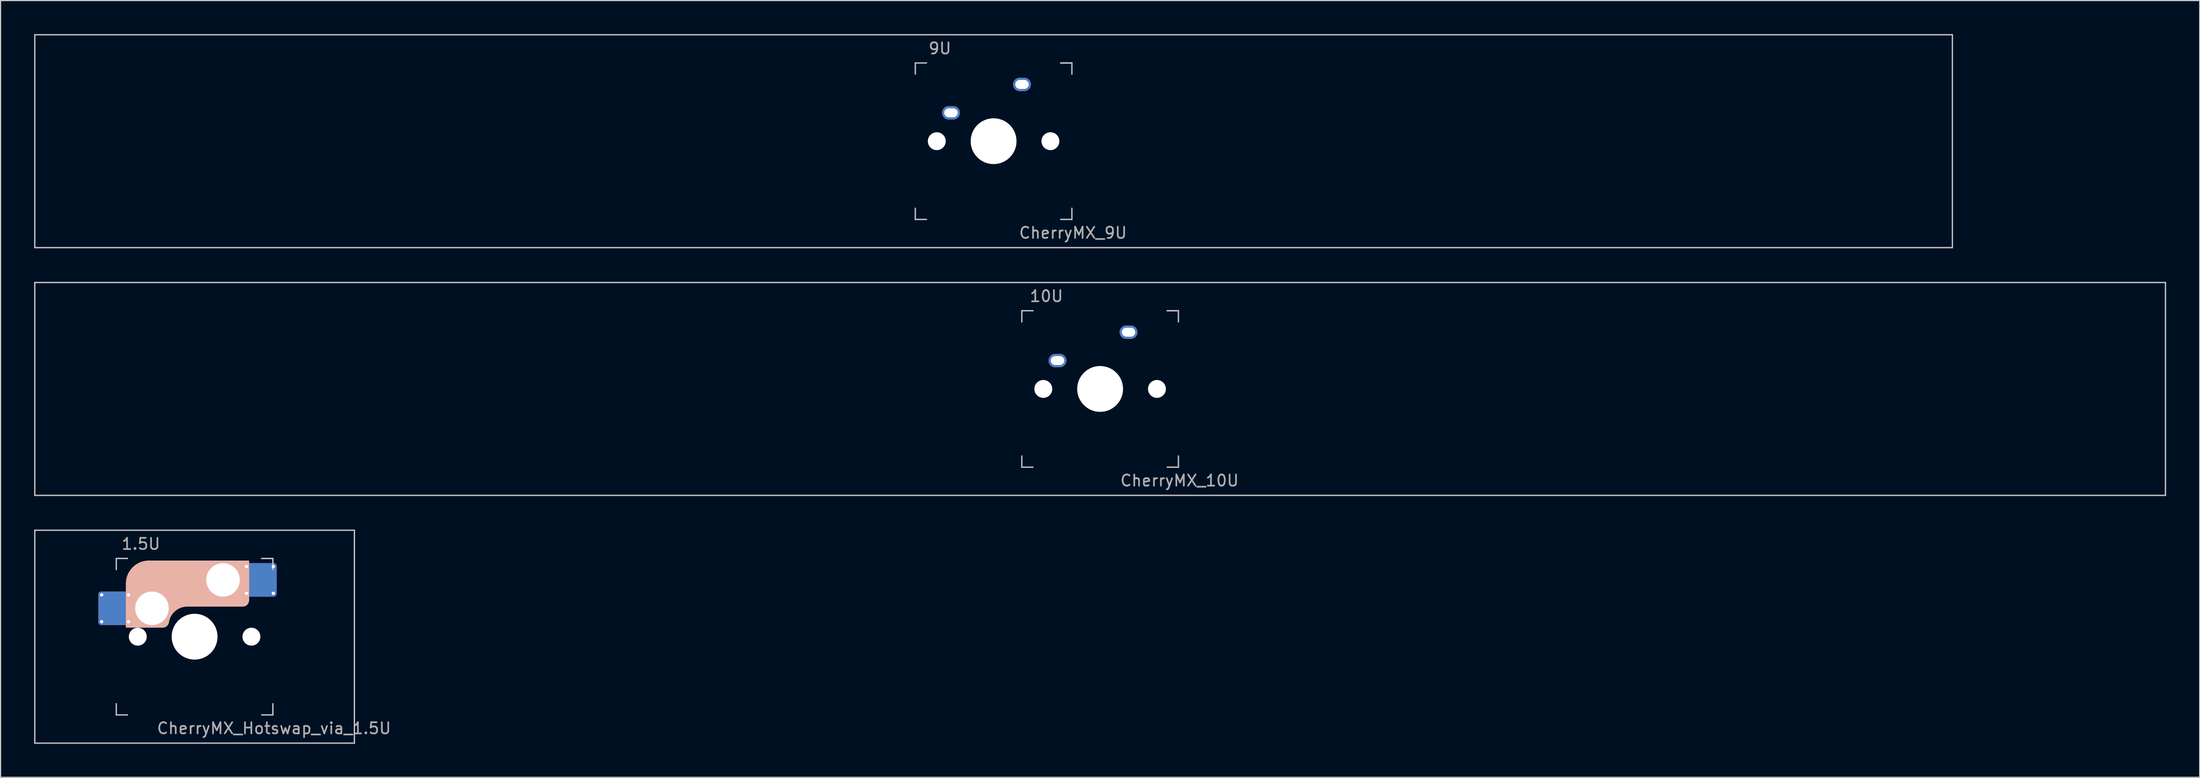
<source format=kicad_pcb>
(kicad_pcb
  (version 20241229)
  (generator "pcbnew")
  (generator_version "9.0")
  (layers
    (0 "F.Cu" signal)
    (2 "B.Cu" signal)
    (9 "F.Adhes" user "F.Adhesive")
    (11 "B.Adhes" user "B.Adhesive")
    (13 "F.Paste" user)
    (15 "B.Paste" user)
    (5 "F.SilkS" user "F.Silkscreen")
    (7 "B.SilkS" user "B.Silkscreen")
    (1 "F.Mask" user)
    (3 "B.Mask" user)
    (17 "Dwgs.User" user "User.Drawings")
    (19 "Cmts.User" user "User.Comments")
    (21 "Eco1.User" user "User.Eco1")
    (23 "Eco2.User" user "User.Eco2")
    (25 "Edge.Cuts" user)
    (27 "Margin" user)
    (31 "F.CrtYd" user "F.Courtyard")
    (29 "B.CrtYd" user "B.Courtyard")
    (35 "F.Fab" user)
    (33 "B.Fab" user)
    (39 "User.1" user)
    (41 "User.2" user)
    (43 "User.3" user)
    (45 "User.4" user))
  (footprint "CherryMX_Hotswap_via_1.5U"
    (layer "F.Cu")
    (at 14.348 53.925)
    (property "Reference" "CherryMX_Hotswap_via_1.5U" (at 7.1 8.2 0) (layer "F.Fab") (effects (font (size 1 1) (thickness 0.15))))
    (attr through_hole)
    (fp_line (start -8.11 -1.74) (end -8.11 -3.34) (stroke (width 0.12) (type solid)) (layer "B.Mask"))
    (fp_line (start -7.91 -3.54) (end -6.31 -3.54) (stroke (width 0.12) (type solid)) (layer "B.Mask"))
    (fp_line (start -6.31 -1.54) (end -7.91 -1.54) (stroke (width 0.12) (type solid)) (layer "B.Mask"))
    (fp_line (start -6.11 -3.34) (end -6.11 -1.74) (stroke (width 0.12) (type solid)) (layer "B.Mask"))
    (fp_line (start 4.84 -5.88) (end 4.84 -4.28) (stroke (width 0.12) (type solid)) (layer "B.Mask"))
    (fp_line (start 5.04 -6.08) (end 6.64 -6.08) (stroke (width 0.12) (type solid)) (layer "B.Mask"))
    (fp_line (start 5.04 -4.08) (end 6.64 -4.08) (stroke (width 0.12) (type solid)) (layer "B.Mask"))
    (fp_line (start 6.84 -4.28) (end 6.84 -5.88) (stroke (width 0.12) (type solid)) (layer "B.Mask"))
    (fp_arc (start -8.11 -3.34) (mid -8.051421 -3.481421) (end -7.91 -3.54) (stroke (width 0.12) (type solid)) (layer "B.Mask"))
    (fp_arc (start -7.91 -1.54) (mid -8.051421 -1.598579) (end -8.11 -1.74) (stroke (width 0.12) (type solid)) (layer "B.Mask"))
    (fp_arc (start -6.31 -3.54) (mid -6.168579 -3.481421) (end -6.11 -3.34) (stroke (width 0.12) (type solid)) (layer "B.Mask"))
    (fp_arc (start -6.11 -1.74) (mid -6.168579 -1.598579) (end -6.31 -1.54) (stroke (width 0.12) (type solid)) (layer "B.Mask"))
    (fp_arc (start 4.84 -5.88) (mid 4.898579 -6.021421) (end 5.04 -6.08) (stroke (width 0.12) (type solid)) (layer "B.Mask"))
    (fp_arc (start 5.04 -4.08) (mid 4.898579 -4.138579) (end 4.84 -4.28) (stroke (width 0.12) (type solid)) (layer "B.Mask"))
    (fp_arc (start 6.64 -6.08) (mid 6.781421 -6.021421) (end 6.84 -5.88) (stroke (width 0.12) (type solid)) (layer "B.Mask"))
    (fp_arc (start 6.84 -4.28) (mid 6.781421 -4.138579) (end 6.64 -4.08) (stroke (width 0.12) (type solid)) (layer "B.Mask"))
    (fp_poly (pts (xy -6.11 -3.34) (xy -6.11 -1.74) (xy -6.31 -1.54) (xy -7.91 -1.54) (xy -8.11 -1.74) (xy -8.11 -3.34) (xy -7.91 -3.54) (xy -6.31 -3.54)) (stroke (width 0.1) (type solid)) (fill yes) (layer "B.Mask"))
    (fp_poly (pts (xy 6.84 -5.88) (xy 6.84 -4.28) (xy 6.64 -4.08) (xy 5.04 -4.08) (xy 4.84 -4.28) (xy 4.84 -5.88) (xy 5.04 -6.08) (xy 6.64 -6.08)) (stroke (width 0.1) (type solid)) (fill yes) (layer "B.Mask"))
    (fp_line (start -6.085 -0.865) (end -6.085 -4.755) (stroke (width 0.12) (type solid)) (layer "B.SilkS"))
    (fp_line (start -4.085 -6.755) (end 4.815 -6.755) (stroke (width 0.12) (type solid)) (layer "B.SilkS"))
    (fp_line (start -2.852 -0.865) (end -6.085 -0.865) (stroke (width 0.12) (type solid)) (layer "B.SilkS"))
    (fp_line (start -0.635 -2.755) (end 4.315 -2.755) (stroke (width 0.12) (type solid)) (layer "B.SilkS"))
    (fp_line (start 4.815 -6.755) (end 4.815 -3.255) (stroke (width 0.12) (type solid)) (layer "B.SilkS"))
    (fp_arc (start -6.085 -4.755) (mid -5.499214 -6.169214) (end -4.085 -6.755) (stroke (width 0.12) (type solid)) (layer "B.SilkS"))
    (fp_arc (start -2.360959 -1.278326) (mid -1.770727 -2.335454) (end -0.635 -2.755) (stroke (width 0.12) (type solid)) (layer "B.SilkS"))
    (fp_arc (start -2.36 -1.278176) (mid -2.53101 -0.981978) (end -2.852404 -0.865) (stroke (width 0.12) (type solid)) (layer "B.SilkS"))
    (fp_arc (start 4.815 -3.255) (mid 4.668553 -2.901447) (end 4.315 -2.755) (stroke (width 0.12) (type solid)) (layer "B.SilkS"))
    (fp_poly (pts (xy 4.815 -3.255) (xy 4.633 -2.937) (xy 4.315 -2.755) (xy -0.635 -2.755) (xy -1.259 -2.696) (xy -1.805 -2.376) (xy -2.207 -1.885) (xy -2.361 -1.278) (xy -2.563 -1.02) (xy -2.852 -0.865) (xy -6.085 -0.865) (xy -6.085 -4.755) (xy -5.887 -5.501) (xy -5.464 -6.134) (xy -4.831 -6.557) (xy -4.085 -6.755) (xy 4.815 -6.755)) (stroke (width 0.1) (type solid)) (fill yes) (layer "B.SilkS"))
    (fp_line (start -8.11 -1.74) (end -8.11 -3.34) (stroke (width 0.12) (type solid)) (layer "B.Paste"))
    (fp_line (start -7.91 -3.54) (end -6.31 -3.54) (stroke (width 0.12) (type solid)) (layer "B.Paste"))
    (fp_line (start -6.31 -1.54) (end -7.91 -1.54) (stroke (width 0.12) (type solid)) (layer "B.Paste"))
    (fp_line (start -6.11 -3.34) (end -6.11 -1.74) (stroke (width 0.12) (type solid)) (layer "B.Paste"))
    (fp_line (start 4.84 -5.88) (end 4.84 -4.28) (stroke (width 0.12) (type solid)) (layer "B.Paste"))
    (fp_line (start 5.04 -6.08) (end 6.64 -6.08) (stroke (width 0.12) (type solid)) (layer "B.Paste"))
    (fp_line (start 5.04 -4.08) (end 6.64 -4.08) (stroke (width 0.12) (type solid)) (layer "B.Paste"))
    (fp_line (start 6.84 -4.28) (end 6.84 -5.88) (stroke (width 0.12) (type solid)) (layer "B.Paste"))
    (fp_arc (start -8.11 -3.34) (mid -8.051421 -3.481421) (end -7.91 -3.54) (stroke (width 0.12) (type solid)) (layer "B.Paste"))
    (fp_arc (start -7.91 -1.54) (mid -8.051421 -1.598579) (end -8.11 -1.74) (stroke (width 0.12) (type solid)) (layer "B.Paste"))
    (fp_arc (start -6.31 -3.54) (mid -6.168579 -3.481421) (end -6.11 -3.34) (stroke (width 0.12) (type solid)) (layer "B.Paste"))
    (fp_arc (start -6.11 -1.74) (mid -6.168579 -1.598579) (end -6.31 -1.54) (stroke (width 0.12) (type solid)) (layer "B.Paste"))
    (fp_arc (start 4.84 -5.88) (mid 4.898579 -6.021421) (end 5.04 -6.08) (stroke (width 0.12) (type solid)) (layer "B.Paste"))
    (fp_arc (start 5.04 -4.08) (mid 4.898579 -4.138579) (end 4.84 -4.28) (stroke (width 0.12) (type solid)) (layer "B.Paste"))
    (fp_arc (start 6.64 -6.08) (mid 6.781421 -6.021421) (end 6.84 -5.88) (stroke (width 0.12) (type solid)) (layer "B.Paste"))
    (fp_arc (start 6.84 -4.28) (mid 6.781421 -4.138579) (end 6.64 -4.08) (stroke (width 0.12) (type solid)) (layer "B.Paste"))
    (fp_poly (pts (xy -6.11 -3.34) (xy -6.11 -1.74) (xy -6.31 -1.54) (xy -7.91 -1.54) (xy -8.11 -1.74) (xy -8.11 -3.34) (xy -7.91 -3.54) (xy -6.31 -3.54)) (stroke (width 0.1) (type solid)) (fill yes) (layer "B.Paste"))
    (fp_poly (pts (xy 6.84 -5.88) (xy 6.84 -4.28) (xy 6.64 -4.08) (xy 5.04 -4.08) (xy 4.84 -4.28) (xy 4.84 -5.88) (xy 5.04 -6.08) (xy 6.64 -6.08)) (stroke (width 0.1) (type solid)) (fill yes) (layer "B.Paste"))
    (fp_line (start -14.287 -9.525) (end 14.287 -9.525) (stroke (width 0.12) (type solid)) (layer "Dwgs.User"))
    (fp_line (start -14.287 9.525) (end -14.287 -9.525) (stroke (width 0.12) (type solid)) (layer "Dwgs.User"))
    (fp_line (start -7 -7) (end -7 -6) (stroke (width 0.12) (type solid)) (layer "Dwgs.User"))
    (fp_line (start -7 -7) (end -6 -7) (stroke (width 0.12) (type solid)) (layer "Dwgs.User"))
    (fp_line (start -7 7) (end -7 6) (stroke (width 0.12) (type solid)) (layer "Dwgs.User"))
    (fp_line (start -7 7) (end -6 7) (stroke (width 0.12) (type solid)) (layer "Dwgs.User"))
    (fp_line (start 6 -7) (end 7 -7) (stroke (width 0.12) (type solid)) (layer "Dwgs.User"))
    (fp_line (start 7 -7) (end 6 -7) (stroke (width 0.12) (type solid)) (layer "Dwgs.User"))
    (fp_line (start 7 -7) (end 7 -6) (stroke (width 0.12) (type solid)) (layer "Dwgs.User"))
    (fp_line (start 7 7) (end 6 7) (stroke (width 0.12) (type solid)) (layer "Dwgs.User"))
    (fp_line (start 7 7) (end 7 6) (stroke (width 0.12) (type solid)) (layer "Dwgs.User"))
    (fp_line (start 14.287 -9.525) (end 14.287 9.525) (stroke (width 0.12) (type solid)) (layer "Dwgs.User"))
    (fp_line (start 14.287 9.525) (end -14.287 9.525) (stroke (width 0.12) (type solid)) (layer "Dwgs.User"))
    (fp_text user "1.5U" (at -4.8 -8.3 0) (layer "F.Fab") (effects (font (size 1 1) (thickness 0.15))))
    (pad "" np_thru_hole circle (at -5.08 0) (size 1.6 1.6) (drill 1.6) (layers "*.Cu" "*.Mask"))
    (pad "" np_thru_hole circle (at -3.81 -2.54) (size 3 3) (drill 3) (layers "*.Cu" "*.Mask"))
    (pad "" np_thru_hole circle (at 0 0) (size 4.1 4.1) (drill 4.1) (layers "*.Cu" "*.Mask"))
    (pad "" np_thru_hole circle (at 2.54 -5.08) (size 3 3) (drill 3) (layers "*.Cu" "*.Mask"))
    (pad "" np_thru_hole circle (at 5.08 0) (size 1.6 1.6) (drill 1.6) (layers "*.Cu" "*.Mask"))
    (pad "1" thru_hole circle (at -8.31 -3.74) (size 0.5 0.5) (drill 0.3) (layers "*.Cu"))
    (pad "1" thru_hole circle (at -8.31 -1.34) (size 0.5 0.5) (drill 0.3) (layers "*.Cu"))
    (pad "1" smd roundrect (at -7.11 -2.54) (size 3 3) (layers "F.Cu") (roundrect_rratio 0.083))
    (pad "1" smd roundrect (at -7.11 -2.54 180) (size 3 3) (layers "B.Cu") (roundrect_rratio 0.083))
    (pad "1" thru_hole circle (at -5.91 -3.74) (size 0.5 0.5) (drill 0.3) (layers "*.Cu"))
    (pad "1" thru_hole circle (at -5.91 -1.34) (size 0.5 0.5) (drill 0.3) (layers "*.Cu"))
    (pad "2" thru_hole circle (at 4.64 -6.28 180) (size 0.5 0.5) (drill 0.3) (layers "*.Cu"))
    (pad "2" thru_hole circle (at 4.64 -3.88 180) (size 0.5 0.5) (drill 0.3) (layers "*.Cu"))
    (pad "2" smd roundrect (at 5.84 -5.08 180) (size 3 3) (layers "F.Cu") (roundrect_rratio 0.083))
    (pad "2" smd roundrect (at 5.84 -5.08 180) (size 3 3) (layers "B.Cu") (roundrect_rratio 0.083))
    (pad "2" thru_hole circle (at 7.04 -6.28 180) (size 0.5 0.5) (drill 0.3) (layers "*.Cu"))
    (pad "2" thru_hole circle (at 7.04 -3.88 180) (size 0.5 0.5) (drill 0.3) (layers "*.Cu")))
  (footprint "CherryMX_9U"
    (layer "F.Cu")
    (at 85.785 9.585)
    (property "Reference" "CherryMX_9U" (at 7.1 8.2 0) (layer "F.Fab") (effects (font (size 1 1) (thickness 0.15))))
    (attr through_hole)
    (fp_line (start -85.725 -9.525) (end 85.725 -9.525) (stroke (width 0.12) (type solid)) (layer "Dwgs.User"))
    (fp_line (start -85.725 9.525) (end -85.725 -9.525) (stroke (width 0.12) (type solid)) (layer "Dwgs.User"))
    (fp_line (start -7 -7) (end -7 -6) (stroke (width 0.12) (type solid)) (layer "Dwgs.User"))
    (fp_line (start -7 -7) (end -6 -7) (stroke (width 0.12) (type solid)) (layer "Dwgs.User"))
    (fp_line (start -7 7) (end -7 6) (stroke (width 0.12) (type solid)) (layer "Dwgs.User"))
    (fp_line (start -7 7) (end -6 7) (stroke (width 0.12) (type solid)) (layer "Dwgs.User"))
    (fp_line (start 6 -7) (end 7 -7) (stroke (width 0.12) (type solid)) (layer "Dwgs.User"))
    (fp_line (start 7 -7) (end 6 -7) (stroke (width 0.12) (type solid)) (layer "Dwgs.User"))
    (fp_line (start 7 -7) (end 7 -6) (stroke (width 0.12) (type solid)) (layer "Dwgs.User"))
    (fp_line (start 7 7) (end 6 7) (stroke (width 0.12) (type solid)) (layer "Dwgs.User"))
    (fp_line (start 7 7) (end 7 6) (stroke (width 0.12) (type solid)) (layer "Dwgs.User"))
    (fp_line (start 85.725 -9.525) (end 85.725 9.525) (stroke (width 0.12) (type solid)) (layer "Dwgs.User"))
    (fp_line (start 85.725 9.525) (end -85.725 9.525) (stroke (width 0.12) (type solid)) (layer "Dwgs.User"))
    (fp_text user "9U" (at -4.8 -8.3 0) (layer "F.Fab") (effects (font (size 1 1) (thickness 0.15))))
    (pad "" np_thru_hole circle (at -5.08 0) (size 1.6 1.6) (drill 1.6) (layers "*.Cu" "*.Mask"))
    (pad "" np_thru_hole circle (at 0 0) (size 4.1 4.1) (drill 4.1) (layers "*.Cu" "*.Mask"))
    (pad "" np_thru_hole circle (at 5.08 0) (size 1.6 1.6) (drill 1.6) (layers "*.Cu" "*.Mask"))
    (pad "1" thru_hole oval (at -3.81 -2.54) (size 1.6 1.2) (drill oval 1.2 0.8) (layers "*.Cu" "*.Mask"))
    (pad "2" thru_hole oval (at 2.54 -5.08) (size 1.6 1.2) (drill oval 1.2 0.8) (layers "*.Cu" "*.Mask")))
  (footprint "CherryMX_10U"
    (layer "F.Cu")
    (at 95.31 31.755)
    (property "Reference" "CherryMX_10U" (at 7.1 8.2 0) (layer "F.Fab") (effects (font (size 1 1) (thickness 0.15))))
    (attr through_hole)
    (fp_line (start -95.25 -9.525) (end 95.25 -9.525) (stroke (width 0.12) (type solid)) (layer "Dwgs.User"))
    (fp_line (start -95.25 9.525) (end -95.25 -9.525) (stroke (width 0.12) (type solid)) (layer "Dwgs.User"))
    (fp_line (start -7 -7) (end -7 -6) (stroke (width 0.12) (type solid)) (layer "Dwgs.User"))
    (fp_line (start -7 -7) (end -6 -7) (stroke (width 0.12) (type solid)) (layer "Dwgs.User"))
    (fp_line (start -7 7) (end -7 6) (stroke (width 0.12) (type solid)) (layer "Dwgs.User"))
    (fp_line (start -7 7) (end -6 7) (stroke (width 0.12) (type solid)) (layer "Dwgs.User"))
    (fp_line (start 6 -7) (end 7 -7) (stroke (width 0.12) (type solid)) (layer "Dwgs.User"))
    (fp_line (start 7 -7) (end 6 -7) (stroke (width 0.12) (type solid)) (layer "Dwgs.User"))
    (fp_line (start 7 -7) (end 7 -6) (stroke (width 0.12) (type solid)) (layer "Dwgs.User"))
    (fp_line (start 7 7) (end 6 7) (stroke (width 0.12) (type solid)) (layer "Dwgs.User"))
    (fp_line (start 7 7) (end 7 6) (stroke (width 0.12) (type solid)) (layer "Dwgs.User"))
    (fp_line (start 95.25 -9.525) (end 95.25 9.525) (stroke (width 0.12) (type solid)) (layer "Dwgs.User"))
    (fp_line (start 95.25 9.525) (end -95.25 9.525) (stroke (width 0.12) (type solid)) (layer "Dwgs.User"))
    (fp_text user "10U" (at -4.8 -8.3 0) (layer "F.Fab") (effects (font (size 1 1) (thickness 0.15))))
    (pad "" np_thru_hole circle (at -5.08 0) (size 1.6 1.6) (drill 1.6) (layers "*.Cu" "*.Mask"))
    (pad "" np_thru_hole circle (at 0 0) (size 4.1 4.1) (drill 4.1) (layers "*.Cu" "*.Mask"))
    (pad "" np_thru_hole circle (at 5.08 0) (size 1.6 1.6) (drill 1.6) (layers "*.Cu" "*.Mask"))
    (pad "1" thru_hole oval (at -3.81 -2.54) (size 1.6 1.2) (drill oval 1.2 0.8) (layers "*.Cu" "*.Mask"))
    (pad "2" thru_hole oval (at 2.54 -5.08) (size 1.6 1.2) (drill oval 1.2 0.8) (layers "*.Cu" "*.Mask")))
  (gr_rect
    (start -3 -3)
    (end 193.62 66.51)
    (stroke (width 0.1) (type default))
    (fill no)
    (layer "Edge.Cuts")))
</source>
